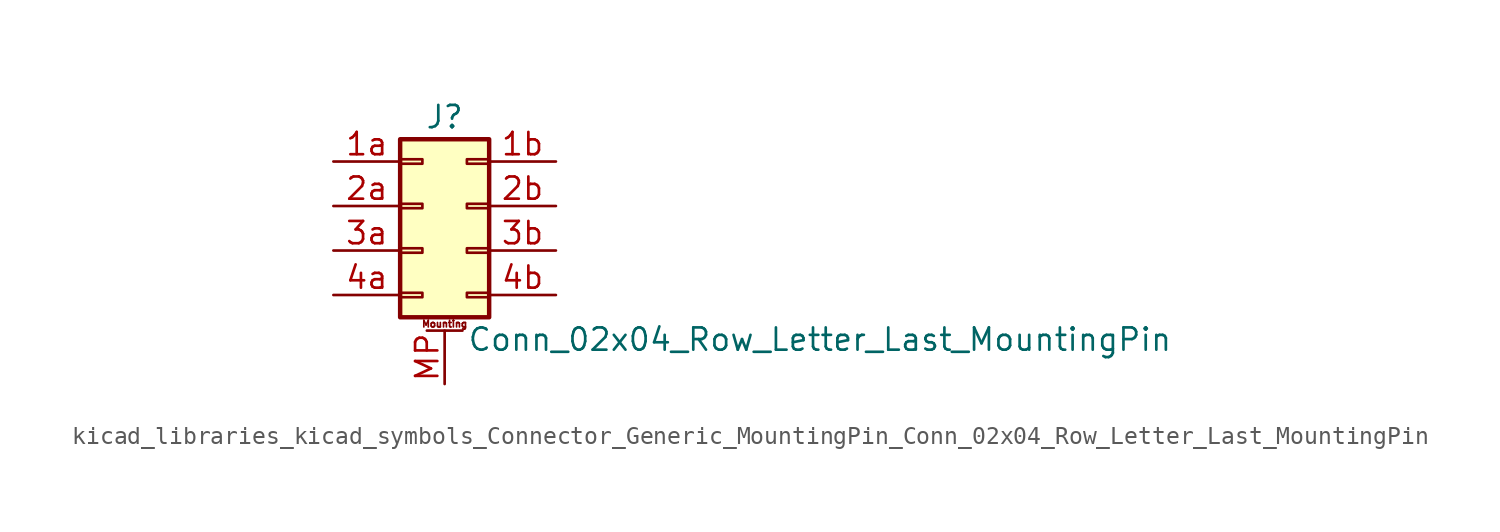
<source format=kicad_sym>
(kicad_symbol_lib
  (version 20220914)
  (generator kicad_symbol_editor)
  (symbol "kicad_libraries_kicad_symbols_Connector_Generic_MountingPin_Conn_02x04_Row_Letter_Last_MountingPin"
    (pin_names
      (offset 1.016) hide)
    (property "Reference" "J"
      (at 1.27 5.08 0)
      (effects (font (size 1.27 1.27))))
    (property "Value" "Conn_02x04_Row_Letter_Last_MountingPin"
      (at 2.54 -7.62 0)
      (effects (font (size 1.27 1.27)) (justify left)))
    (symbol "kicad_libraries_kicad_symbols_Connector_Generic_MountingPin_Conn_02x04_Row_Letter_Last_MountingPin_1_1"
      (rectangle (start -1.27 -4.953) (end 0 -5.207) (stroke (width 0.152) (type default)) (fill (type none)))
      (rectangle (start -1.27 -2.413) (end 0 -2.667) (stroke (width 0.152) (type default)) (fill (type none)))
      (rectangle (start -1.27 0.127) (end 0 -0.127) (stroke (width 0.152) (type default)) (fill (type none)))
      (rectangle (start -1.27 2.667) (end 0 2.413) (stroke (width 0.152) (type default)) (fill (type none)))
      (rectangle (start -1.27 3.81) (end 3.81 -6.35) (stroke (width 0.254) (type default)) (fill (type background)))
      (polyline (pts (xy 0.254 -7.112) (xy 2.286 -7.112)) (stroke (width 0.152) (type default)) (fill (type none)))
      (rectangle (start 3.81 -4.953) (end 2.54 -5.207) (stroke (width 0.152) (type default)) (fill (type none)))
      (rectangle (start 3.81 -2.413) (end 2.54 -2.667) (stroke (width 0.152) (type default)) (fill (type none)))
      (rectangle (start 3.81 0.127) (end 2.54 -0.127) (stroke (width 0.152) (type default)) (fill (type none)))
      (rectangle (start 3.81 2.667) (end 2.54 2.413) (stroke (width 0.152) (type default)) (fill (type none)))
      (text "Mounting" (at 1.27 -6.731 0) (effects (font (size 0.381 0.381))))
      (pin passive line (at -5.08 2.54 0) (length 3.81) (name "Pin_1a" (effects (font (size 1.27 1.27)))) (number "1a" (effects (font (size 1.27 1.27)))))
      (pin passive line (at 7.62 2.54 180) (length 3.81) (name "Pin_1b" (effects (font (size 1.27 1.27)))) (number "1b" (effects (font (size 1.27 1.27)))))
      (pin passive line (at -5.08 0 0) (length 3.81) (name "Pin_2a" (effects (font (size 1.27 1.27)))) (number "2a" (effects (font (size 1.27 1.27)))))
      (pin passive line (at 7.62 0 180) (length 3.81) (name "Pin_2b" (effects (font (size 1.27 1.27)))) (number "2b" (effects (font (size 1.27 1.27)))))
      (pin passive line (at -5.08 -2.54 0) (length 3.81) (name "Pin_3a" (effects (font (size 1.27 1.27)))) (number "3a" (effects (font (size 1.27 1.27)))))
      (pin passive line (at 7.62 -2.54 180) (length 3.81) (name "Pin_3b" (effects (font (size 1.27 1.27)))) (number "3b" (effects (font (size 1.27 1.27)))))
      (pin passive line (at -5.08 -5.08 0) (length 3.81) (name "Pin_4a" (effects (font (size 1.27 1.27)))) (number "4a" (effects (font (size 1.27 1.27)))))
      (pin passive line (at 7.62 -5.08 180) (length 3.81) (name "Pin_4b" (effects (font (size 1.27 1.27)))) (number "4b" (effects (font (size 1.27 1.27)))))
      (pin passive line (at 1.27 -10.16 90) (length 3.048) (name "MountPin" (effects (font (size 1.27 1.27)))) (number "MP" (effects (font (size 1.27 1.27))))))))
</source>
